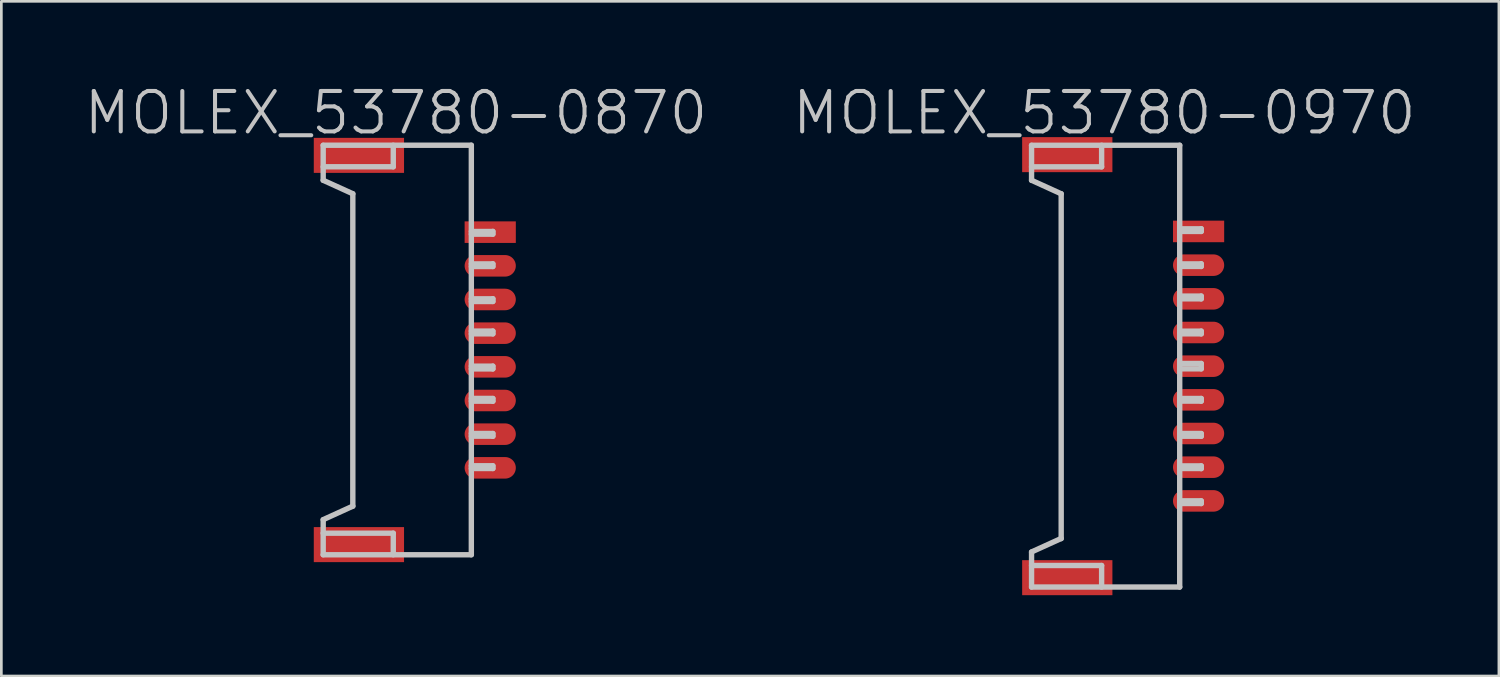
<source format=kicad_pcb>
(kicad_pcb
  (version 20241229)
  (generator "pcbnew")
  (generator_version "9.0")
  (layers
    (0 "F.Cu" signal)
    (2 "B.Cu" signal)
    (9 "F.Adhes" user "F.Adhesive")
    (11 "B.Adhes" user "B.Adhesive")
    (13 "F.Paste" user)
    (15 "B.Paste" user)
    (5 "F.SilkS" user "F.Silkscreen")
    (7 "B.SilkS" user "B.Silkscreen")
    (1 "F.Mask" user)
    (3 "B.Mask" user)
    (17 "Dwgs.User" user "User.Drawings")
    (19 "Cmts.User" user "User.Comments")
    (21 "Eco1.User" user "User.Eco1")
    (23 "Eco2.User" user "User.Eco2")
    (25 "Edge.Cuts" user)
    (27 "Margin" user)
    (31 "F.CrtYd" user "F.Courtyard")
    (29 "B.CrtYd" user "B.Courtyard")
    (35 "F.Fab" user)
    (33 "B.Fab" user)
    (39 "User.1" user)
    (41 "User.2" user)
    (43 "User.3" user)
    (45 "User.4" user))
  (footprint "MOLEX_53780-0870"
    (layer "F.Cu")
    (at 11.646 9.941)
    (property "Reference" "MOLEX_53780-0870" (at 0 -8.8 180) (layer "Dwgs.User") (effects (font (size 1.5 1.5) (thickness 0.15))))
    (attr smd)
    (fp_line (start -2.7 -6.299) (end -2.7 -7.597) (stroke (width 0.2) (type solid)) (layer "Dwgs.User"))
    (fp_line (start -2.7 -6.299) (end -1.6 -5.799) (stroke (width 0.2) (type solid)) (layer "Dwgs.User"))
    (fp_line (start -2.7 6.302) (end -2.7 7.6) (stroke (width 0.2) (type solid)) (layer "Dwgs.User"))
    (fp_line (start -1.6 -5.799) (end -1.6 5.799) (stroke (width 0.2) (type solid)) (layer "Dwgs.User"))
    (fp_line (start -1.6 5.796) (end -2.7 6.297) (stroke (width 0.2) (type solid)) (layer "Dwgs.User"))
    (fp_line (start -0.099 -7.6) (end -0.099 -6.8) (stroke (width 0.2) (type solid)) (layer "Dwgs.User"))
    (fp_line (start -0.099 -6.8) (end -2.7 -6.8) (stroke (width 0.2) (type solid)) (layer "Dwgs.User"))
    (fp_line (start -0.099 6.8) (end -2.7 6.8) (stroke (width 0.2) (type solid)) (layer "Dwgs.User"))
    (fp_line (start -0.099 7.6) (end -0.099 6.8) (stroke (width 0.2) (type solid)) (layer "Dwgs.User"))
    (fp_line (start 2.799 -7.6) (end -2.7 -7.6) (stroke (width 0.2) (type solid)) (layer "Dwgs.User"))
    (fp_line (start 2.799 -7.6) (end 2.799 7.6) (stroke (width 0.2) (type solid)) (layer "Dwgs.User"))
    (fp_line (start 2.799 -4.399) (end 3.599 -4.399) (stroke (width 0.2) (type solid)) (layer "Dwgs.User"))
    (fp_line (start 2.799 -3.195) (end 3.599 -3.195) (stroke (width 0.2) (type solid)) (layer "Dwgs.User"))
    (fp_line (start 2.799 -0.701) (end 3.599 -0.701) (stroke (width 0.2) (type solid)) (layer "Dwgs.User"))
    (fp_line (start 2.799 1.9) (end 3.599 1.9) (stroke (width 0.2) (type solid)) (layer "Dwgs.User"))
    (fp_line (start 2.799 3.2) (end 3.599 3.2) (stroke (width 0.2) (type solid)) (layer "Dwgs.User"))
    (fp_line (start 2.799 4.399) (end 3.599 4.399) (stroke (width 0.2) (type solid)) (layer "Dwgs.User"))
    (fp_line (start 2.799 7.6) (end -2.7 7.6) (stroke (width 0.2) (type solid)) (layer "Dwgs.User"))
    (fp_line (start 3.599 -4.402) (end 3.599 -4.3) (stroke (width 0.2) (type solid)) (layer "Dwgs.User"))
    (fp_line (start 3.599 -4.3) (end 2.799 -4.3) (stroke (width 0.2) (type solid)) (layer "Dwgs.User"))
    (fp_line (start 3.599 -3.2) (end 3.599 -3.099) (stroke (width 0.2) (type solid)) (layer "Dwgs.User"))
    (fp_line (start 3.599 -3.099) (end 2.799 -3.099) (stroke (width 0.2) (type solid)) (layer "Dwgs.User"))
    (fp_line (start 3.599 -1.9) (end 2.799 -1.9) (stroke (width 0.2) (type solid)) (layer "Dwgs.User"))
    (fp_line (start 3.599 -1.801) (end 2.799 -1.801) (stroke (width 0.2) (type solid)) (layer "Dwgs.User"))
    (fp_line (start 3.599 -1.801) (end 3.599 -1.902) (stroke (width 0.2) (type solid)) (layer "Dwgs.User"))
    (fp_line (start 3.599 -0.701) (end 3.599 -0.599) (stroke (width 0.2) (type solid)) (layer "Dwgs.User"))
    (fp_line (start 3.599 -0.599) (end 2.799 -0.599) (stroke (width 0.2) (type solid)) (layer "Dwgs.User"))
    (fp_line (start 3.599 0.599) (end 2.799 0.599) (stroke (width 0.2) (type solid)) (layer "Dwgs.User"))
    (fp_line (start 3.599 0.701) (end 2.799 0.701) (stroke (width 0.2) (type solid)) (layer "Dwgs.User"))
    (fp_line (start 3.599 0.701) (end 3.599 0.599) (stroke (width 0.2) (type solid)) (layer "Dwgs.User"))
    (fp_line (start 3.599 1.798) (end 2.799 1.798) (stroke (width 0.2) (type solid)) (layer "Dwgs.User"))
    (fp_line (start 3.599 1.803) (end 3.599 1.902) (stroke (width 0.2) (type solid)) (layer "Dwgs.User"))
    (fp_line (start 3.599 3.099) (end 2.799 3.099) (stroke (width 0.2) (type solid)) (layer "Dwgs.User"))
    (fp_line (start 3.599 3.203) (end 3.599 3.101) (stroke (width 0.2) (type solid)) (layer "Dwgs.User"))
    (fp_line (start 3.599 4.298) (end 2.799 4.298) (stroke (width 0.2) (type solid)) (layer "Dwgs.User"))
    (fp_line (start 3.599 4.3) (end 3.599 4.399) (stroke (width 0.2) (type solid)) (layer "Dwgs.User"))
    (pad "" smd rect (at -1.374 -7.224 270) (size 1.3 3.35) (layers "F.Cu" "F.Mask" "F.Paste"))
    (pad "" smd rect (at -1.374 7.224 270) (size 1.3 3.35) (layers "F.Cu" "F.Mask" "F.Paste"))
    (pad "1" smd rect (at 3.5 -4.374 270) (size 0.8 1.9) (layers "F.Cu" "F.Mask" "F.Paste"))
    (pad "2" smd oval (at 3.5 -3.124 270) (size 0.8 1.9) (layers "F.Cu" "F.Mask" "F.Paste"))
    (pad "3" smd oval (at 3.5 -1.875 270) (size 0.8 1.9) (layers "F.Cu" "F.Mask" "F.Paste"))
    (pad "4" smd oval (at 3.5 -0.625 270) (size 0.8 1.9) (layers "F.Cu" "F.Mask" "F.Paste"))
    (pad "5" smd oval (at 3.5 0.625 270) (size 0.8 1.9) (layers "F.Cu" "F.Mask" "F.Paste"))
    (pad "6" smd oval (at 3.5 1.875 270) (size 0.8 1.9) (layers "F.Cu" "F.Mask" "F.Paste"))
    (pad "7" smd oval (at 3.5 3.124 270) (size 0.8 1.9) (layers "F.Cu" "F.Mask" "F.Paste"))
    (pad "8" smd oval (at 3.5 4.374 270) (size 0.8 1.9) (layers "F.Cu" "F.Mask" "F.Paste")))
  (footprint "MOLEX_53780-0970"
    (layer "F.Cu")
    (at 37.939 10.541)
    (property "Reference" "MOLEX_53780-0970" (at 0 -9.4 180) (layer "Dwgs.User") (effects (font (size 1.5 1.5) (thickness 0.15))))
    (attr smd)
    (fp_line (start -2.7 -6.899) (end -2.7 -8.197) (stroke (width 0.2) (type solid)) (layer "Dwgs.User"))
    (fp_line (start -2.7 -6.899) (end -1.6 -6.398) (stroke (width 0.2) (type solid)) (layer "Dwgs.User"))
    (fp_line (start -2.7 6.901) (end -2.7 8.199) (stroke (width 0.2) (type solid)) (layer "Dwgs.User"))
    (fp_line (start -1.6 -6.401) (end -1.6 6.401) (stroke (width 0.2) (type solid)) (layer "Dwgs.User"))
    (fp_line (start -1.6 6.396) (end -2.7 6.896) (stroke (width 0.2) (type solid)) (layer "Dwgs.User"))
    (fp_line (start -0.099 -8.199) (end -0.099 -7.399) (stroke (width 0.2) (type solid)) (layer "Dwgs.User"))
    (fp_line (start -0.099 -7.399) (end -2.7 -7.399) (stroke (width 0.2) (type solid)) (layer "Dwgs.User"))
    (fp_line (start -0.099 7.399) (end -2.7 7.399) (stroke (width 0.2) (type solid)) (layer "Dwgs.User"))
    (fp_line (start -0.099 8.199) (end -0.099 7.399) (stroke (width 0.2) (type solid)) (layer "Dwgs.User"))
    (fp_line (start 2.799 -8.199) (end -2.7 -8.199) (stroke (width 0.2) (type solid)) (layer "Dwgs.User"))
    (fp_line (start 2.799 -5.098) (end 3.599 -5.098) (stroke (width 0.2) (type solid)) (layer "Dwgs.User"))
    (fp_line (start 2.799 -3.795) (end 3.599 -3.795) (stroke (width 0.2) (type solid)) (layer "Dwgs.User"))
    (fp_line (start 2.799 -1.3) (end 3.599 -1.3) (stroke (width 0.2) (type solid)) (layer "Dwgs.User"))
    (fp_line (start 2.799 -0.099) (end 3.599 -0.099) (stroke (width 0.2) (type solid)) (layer "Dwgs.User"))
    (fp_line (start 2.799 2.601) (end 3.599 2.601) (stroke (width 0.2) (type solid)) (layer "Dwgs.User"))
    (fp_line (start 2.799 3.8) (end 3.599 3.8) (stroke (width 0.2) (type solid)) (layer "Dwgs.User"))
    (fp_line (start 2.799 5.098) (end 3.599 5.098) (stroke (width 0.2) (type solid)) (layer "Dwgs.User"))
    (fp_line (start 2.799 8.199) (end -2.7 8.199) (stroke (width 0.2) (type solid)) (layer "Dwgs.User"))
    (fp_line (start 2.799 8.199) (end 2.799 -8.199) (stroke (width 0.2) (type solid)) (layer "Dwgs.User"))
    (fp_line (start 3.599 -5.103) (end 3.599 -5.001) (stroke (width 0.2) (type solid)) (layer "Dwgs.User"))
    (fp_line (start 3.599 -5.001) (end 2.799 -5.001) (stroke (width 0.2) (type solid)) (layer "Dwgs.User"))
    (fp_line (start 3.599 -3.802) (end 3.599 -3.701) (stroke (width 0.2) (type solid)) (layer "Dwgs.User"))
    (fp_line (start 3.599 -3.701) (end 2.799 -3.701) (stroke (width 0.2) (type solid)) (layer "Dwgs.User"))
    (fp_line (start 3.599 -2.601) (end 2.799 -2.601) (stroke (width 0.2) (type solid)) (layer "Dwgs.User"))
    (fp_line (start 3.599 -2.499) (end 2.799 -2.499) (stroke (width 0.2) (type solid)) (layer "Dwgs.User"))
    (fp_line (start 3.599 -2.499) (end 3.599 -2.601) (stroke (width 0.2) (type solid)) (layer "Dwgs.User"))
    (fp_line (start 3.599 -1.3) (end 3.599 -1.199) (stroke (width 0.2) (type solid)) (layer "Dwgs.User"))
    (fp_line (start 3.599 -1.199) (end 2.799 -1.199) (stroke (width 0.2) (type solid)) (layer "Dwgs.User"))
    (fp_line (start 3.599 -0.099) (end 3.599 0.099) (stroke (width 0.2) (type solid)) (layer "Dwgs.User"))
    (fp_line (start 3.599 0.099) (end 2.799 0.099) (stroke (width 0.2) (type solid)) (layer "Dwgs.User"))
    (fp_line (start 3.599 1.201) (end 2.799 1.201) (stroke (width 0.2) (type solid)) (layer "Dwgs.User"))
    (fp_line (start 3.599 1.298) (end 2.799 1.298) (stroke (width 0.2) (type solid)) (layer "Dwgs.User"))
    (fp_line (start 3.599 1.3) (end 3.599 1.199) (stroke (width 0.2) (type solid)) (layer "Dwgs.User"))
    (fp_line (start 3.599 2.499) (end 2.799 2.499) (stroke (width 0.2) (type solid)) (layer "Dwgs.User"))
    (fp_line (start 3.599 2.504) (end 3.599 2.603) (stroke (width 0.2) (type solid)) (layer "Dwgs.User"))
    (fp_line (start 3.599 3.701) (end 2.799 3.701) (stroke (width 0.2) (type solid)) (layer "Dwgs.User"))
    (fp_line (start 3.599 3.805) (end 3.599 3.703) (stroke (width 0.2) (type solid)) (layer "Dwgs.User"))
    (fp_line (start 3.599 4.999) (end 2.799 4.999) (stroke (width 0.2) (type solid)) (layer "Dwgs.User"))
    (fp_line (start 3.599 5.001) (end 3.599 5.1) (stroke (width 0.2) (type solid)) (layer "Dwgs.User"))
    (pad "" smd rect (at -1.374 -7.851 270) (size 1.3 3.35) (layers "F.Cu" "F.Mask" "F.Paste"))
    (pad "" smd rect (at -1.374 7.851 270) (size 1.3 3.35) (layers "F.Cu" "F.Mask" "F.Paste"))
    (pad "1" smd rect (at 3.5 -5.001 270) (size 0.8 1.9) (layers "F.Cu" "F.Mask" "F.Paste"))
    (pad "2" smd oval (at 3.5 -3.749 270) (size 0.8 1.9) (layers "F.Cu" "F.Mask" "F.Paste"))
    (pad "3" smd oval (at 3.5 -2.499 270) (size 0.8 1.9) (layers "F.Cu" "F.Mask" "F.Paste"))
    (pad "4" smd oval (at 3.5 -1.25 270) (size 0.8 1.9) (layers "F.Cu" "F.Mask" "F.Paste"))
    (pad "5" smd oval (at 3.5 0 270) (size 0.8 1.9) (layers "F.Cu" "F.Mask" "F.Paste"))
    (pad "6" smd oval (at 3.5 1.25 270) (size 0.8 1.9) (layers "F.Cu" "F.Mask" "F.Paste"))
    (pad "7" smd oval (at 3.5 2.499 270) (size 0.8 1.9) (layers "F.Cu" "F.Mask" "F.Paste"))
    (pad "8" smd oval (at 3.5 3.749 270) (size 0.8 1.9) (layers "F.Cu" "F.Mask" "F.Paste"))
    (pad "9" smd oval (at 3.5 5.001 270) (size 0.8 1.9) (layers "F.Cu" "F.Mask" "F.Paste")))
  (gr_rect
    (start -3 -3)
    (end 52.586 22.042)
    (stroke (width 0.1) (type default))
    (fill no)
    (layer "Edge.Cuts")))
</source>
